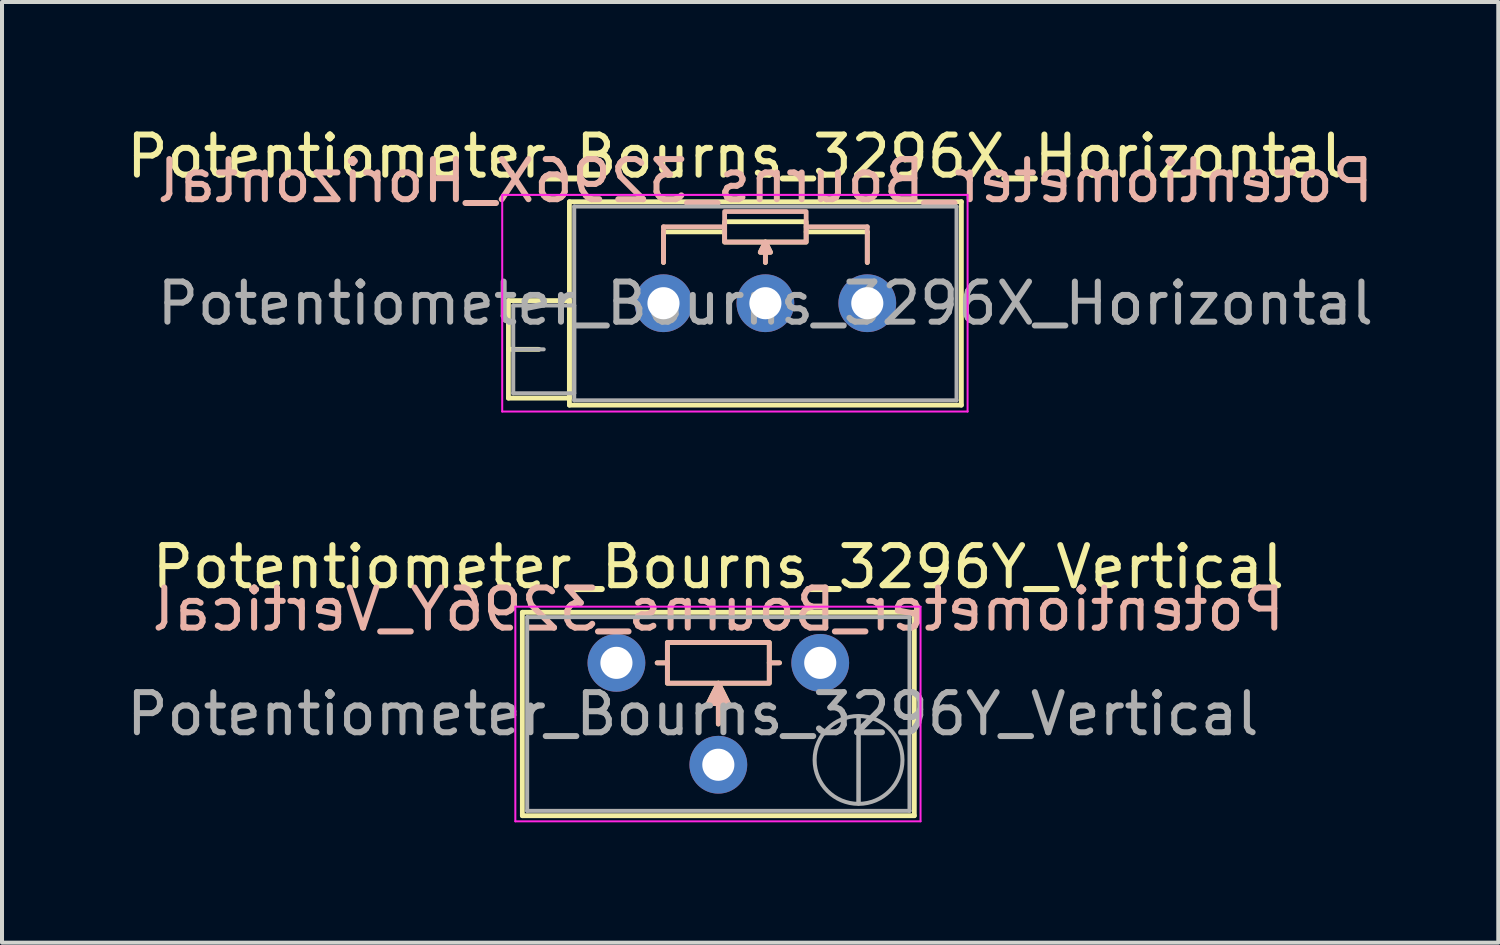
<source format=kicad_pcb>
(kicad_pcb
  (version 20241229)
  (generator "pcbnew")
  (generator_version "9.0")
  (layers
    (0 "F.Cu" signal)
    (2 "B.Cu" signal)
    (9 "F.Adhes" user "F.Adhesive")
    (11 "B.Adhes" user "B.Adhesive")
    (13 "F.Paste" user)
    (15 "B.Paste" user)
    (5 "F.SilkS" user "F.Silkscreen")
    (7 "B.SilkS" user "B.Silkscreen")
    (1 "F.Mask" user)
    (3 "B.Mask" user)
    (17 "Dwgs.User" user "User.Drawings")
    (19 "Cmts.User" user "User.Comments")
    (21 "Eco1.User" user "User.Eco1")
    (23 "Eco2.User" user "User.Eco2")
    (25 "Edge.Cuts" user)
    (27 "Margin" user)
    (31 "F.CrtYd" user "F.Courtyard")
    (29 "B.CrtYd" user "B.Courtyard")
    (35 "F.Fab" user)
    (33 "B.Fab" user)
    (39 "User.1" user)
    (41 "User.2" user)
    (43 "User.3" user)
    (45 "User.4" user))
  (footprint "Potentiometer_Bourns_3296X_Horizontal"
    (layer "F.Cu")
    (at 18.568 4.508)
    (property "Reference" "Potentiometer_Bourns_3296X_Horizontal" (at -3.3 -3.66 0) (layer "F.SilkS") (effects (font (size 1 1) (thickness 0.15))))
    (attr through_hole)
    (fp_line (start -8.945 -0.065) (end -8.945 2.365) (stroke (width 0.12) (type solid)) (layer "F.SilkS"))
    (fp_line (start -8.945 -0.065) (end -7.426 -0.065) (stroke (width 0.12) (type solid)) (layer "F.SilkS"))
    (fp_line (start -8.945 1.15) (end -8.186 1.15) (stroke (width 0.12) (type solid)) (layer "F.SilkS"))
    (fp_line (start -8.945 2.365) (end -7.426 2.365) (stroke (width 0.12) (type solid)) (layer "F.SilkS"))
    (fp_line (start -7.426 -0.065) (end -7.426 2.365) (stroke (width 0.12) (type solid)) (layer "F.SilkS"))
    (fp_line (start -7.425 -2.53) (end -7.425 2.54) (stroke (width 0.12) (type solid)) (layer "F.SilkS"))
    (fp_line (start -7.425 -2.53) (end 2.345 -2.53) (stroke (width 0.12) (type solid)) (layer "F.SilkS"))
    (fp_line (start -7.425 2.54) (end 2.345 2.54) (stroke (width 0.12) (type solid)) (layer "F.SilkS"))
    (fp_line (start -5.08 -1.778) (end -5.08 -1.016) (stroke (width 0.12) (type solid)) (layer "F.SilkS"))
    (fp_line (start -3.556 -1.778) (end -5.08 -1.778) (stroke (width 0.12) (type solid)) (layer "F.SilkS"))
    (fp_line (start -2.54 -1.524) (end -2.54 -1.016) (stroke (width 0.12) (type solid)) (layer "F.SilkS"))
    (fp_line (start -1.524 -1.778) (end 0 -1.778) (stroke (width 0.12) (type solid)) (layer "F.SilkS"))
    (fp_line (start 0 -1.778) (end 0 -1.016) (stroke (width 0.12) (type solid)) (layer "F.SilkS"))
    (fp_line (start 2.345 -2.53) (end 2.345 2.54) (stroke (width 0.12) (type solid)) (layer "F.SilkS"))
    (fp_rect (start -3.556 -2.032) (end -1.524 -1.524) (stroke (width 0.12) (type solid)) (fill no) (layer "F.SilkS"))
    (fp_poly (pts (xy -2.413 -1.27) (xy -2.667 -1.27) (xy -2.54 -1.524)) (stroke (width 0.12) (type solid)) (fill yes) (layer "F.SilkS"))
    (fp_line (start -5.08 -1.905) (end -5.08 -1.016) (stroke (width 0.12) (type solid)) (layer "B.SilkS"))
    (fp_line (start -3.556 -1.905) (end -5.08 -1.905) (stroke (width 0.12) (type solid)) (layer "B.SilkS"))
    (fp_line (start -2.54 -1.016) (end -2.54 -1.524) (stroke (width 0.12) (type solid)) (layer "B.SilkS"))
    (fp_line (start -1.524 -1.905) (end 0 -1.905) (stroke (width 0.12) (type solid)) (layer "B.SilkS"))
    (fp_line (start 0 -1.905) (end 0 -1.016) (stroke (width 0.12) (type solid)) (layer "B.SilkS"))
    (fp_rect (start -3.556 -2.286) (end -1.524 -1.524) (stroke (width 0.12) (type solid)) (fill no) (layer "B.SilkS"))
    (fp_poly (pts (xy -2.413 -1.27) (xy -2.667 -1.27) (xy -2.54 -1.524)) (stroke (width 0.12) (type solid)) (fill yes) (layer "B.SilkS"))
    (fp_line (start -9.1 -2.7) (end -9.1 2.7) (stroke (width 0.05) (type solid)) (layer "F.CrtYd"))
    (fp_line (start -9.1 2.7) (end 2.5 2.7) (stroke (width 0.05) (type solid)) (layer "F.CrtYd"))
    (fp_line (start 2.5 -2.7) (end -9.1 -2.7) (stroke (width 0.05) (type solid)) (layer "F.CrtYd"))
    (fp_line (start 2.5 2.7) (end 2.5 -2.7) (stroke (width 0.05) (type solid)) (layer "F.CrtYd"))
    (fp_line (start -8.825 0.055) (end -8.825 2.245) (stroke (width 0.1) (type solid)) (layer "F.Fab"))
    (fp_line (start -8.825 1.15) (end -8.065 1.15) (stroke (width 0.1) (type solid)) (layer "F.Fab"))
    (fp_line (start -8.825 2.245) (end -7.305 2.245) (stroke (width 0.1) (type solid)) (layer "F.Fab"))
    (fp_line (start -7.305 -2.41) (end -7.305 2.42) (stroke (width 0.1) (type solid)) (layer "F.Fab"))
    (fp_line (start -7.305 0.055) (end -8.825 0.055) (stroke (width 0.1) (type solid)) (layer "F.Fab"))
    (fp_line (start -7.305 2.245) (end -7.305 0.055) (stroke (width 0.1) (type solid)) (layer "F.Fab"))
    (fp_line (start -7.305 2.42) (end 2.225 2.42) (stroke (width 0.1) (type solid)) (layer "F.Fab"))
    (fp_line (start 2.225 -2.41) (end -7.305 -2.41) (stroke (width 0.1) (type solid)) (layer "F.Fab"))
    (fp_line (start 2.225 2.42) (end 2.225 -2.41) (stroke (width 0.1) (type solid)) (layer "F.Fab"))
    (fp_text user "${REFERENCE}" (at -2.54 -3.048 0) (unlocked yes) (layer "B.SilkS") (effects (font (size 1 1) (thickness 0.15)) (justify mirror)))
    (fp_text user "${REFERENCE}" (at -2.54 0.005 0) (layer "F.Fab") (effects (font (size 1 1) (thickness 0.15))))
    (pad "1" thru_hole circle (at 0 0) (size 1.44 1.44) (drill 0.8) (layers "*.Cu" "*.Mask"))
    (pad "2" thru_hole circle (at -2.54 0) (size 1.44 1.44) (drill 0.8) (layers "*.Cu" "*.Mask"))
    (pad "3" thru_hole circle (at -5.08 0) (size 1.44 1.44) (drill 0.8) (layers "*.Cu" "*.Mask")))
  (footprint "Potentiometer_Bourns_3296Y_Vertical"
    (layer "F.Cu")
    (at 17.395 13.472)
    (property "Reference" "Potentiometer_Bourns_3296Y_Vertical" (at -2.54 -2.39 0) (layer "F.SilkS") (effects (font (size 1 1) (thickness 0.15))))
    (attr through_hole)
    (fp_line (start -7.425 -1.26) (end -7.425 3.81) (stroke (width 0.12) (type solid)) (layer "F.SilkS"))
    (fp_line (start -7.425 -1.26) (end 2.345 -1.26) (stroke (width 0.12) (type solid)) (layer "F.SilkS"))
    (fp_line (start -7.425 3.81) (end 2.345 3.81) (stroke (width 0.12) (type solid)) (layer "F.SilkS"))
    (fp_line (start -3.81 0) (end -4.064 0) (stroke (width 0.12) (type solid)) (layer "F.SilkS"))
    (fp_line (start -2.54 1.524) (end -2.54 0.508) (stroke (width 0.12) (type solid)) (layer "F.SilkS"))
    (fp_line (start -1.27 0) (end -1.016 0) (stroke (width 0.12) (type solid)) (layer "F.SilkS"))
    (fp_line (start 2.345 -1.26) (end 2.345 3.81) (stroke (width 0.12) (type solid)) (layer "F.SilkS"))
    (fp_rect (start -3.81 0.508) (end -1.27 -0.508) (stroke (width 0.12) (type solid)) (fill no) (layer "F.SilkS"))
    (fp_poly (pts (xy -2.54 0.508) (xy -2.286 1.016) (xy -2.794 1.016)) (stroke (width 0.12) (type solid)) (fill yes) (layer "F.SilkS"))
    (fp_line (start -4.064 0) (end -3.81 0) (stroke (width 0.12) (type solid)) (layer "B.SilkS"))
    (fp_line (start -2.54 1.524) (end -2.54 0.508) (stroke (width 0.12) (type solid)) (layer "B.SilkS"))
    (fp_line (start -1.27 0) (end -1.016 0) (stroke (width 0.12) (type solid)) (layer "B.SilkS"))
    (fp_rect (start -3.81 -0.508) (end -1.27 0.508) (stroke (width 0.12) (type solid)) (fill no) (layer "B.SilkS"))
    (fp_poly (pts (xy -2.286 1.016) (xy -2.794 1.016) (xy -2.54 0.508)) (stroke (width 0.12) (type solid)) (fill yes) (layer "B.SilkS"))
    (fp_line (start -7.6 -1.4) (end -7.6 3.95) (stroke (width 0.05) (type solid)) (layer "F.CrtYd"))
    (fp_line (start -7.6 3.95) (end 2.5 3.95) (stroke (width 0.05) (type solid)) (layer "F.CrtYd"))
    (fp_line (start 2.5 -1.4) (end -7.6 -1.4) (stroke (width 0.05) (type solid)) (layer "F.CrtYd"))
    (fp_line (start 2.5 3.95) (end 2.5 -1.4) (stroke (width 0.05) (type solid)) (layer "F.CrtYd"))
    (fp_line (start -7.305 -1.14) (end -7.305 3.69) (stroke (width 0.1) (type solid)) (layer "F.Fab"))
    (fp_line (start -7.305 3.69) (end 2.225 3.69) (stroke (width 0.1) (type solid)) (layer "F.Fab"))
    (fp_line (start 0.955 3.505) (end 0.956 1.336) (stroke (width 0.1) (type solid)) (layer "F.Fab"))
    (fp_line (start 0.955 3.505) (end 0.956 1.336) (stroke (width 0.1) (type solid)) (layer "F.Fab"))
    (fp_line (start 2.225 -1.14) (end -7.305 -1.14) (stroke (width 0.1) (type solid)) (layer "F.Fab"))
    (fp_line (start 2.225 3.69) (end 2.225 -1.14) (stroke (width 0.1) (type solid)) (layer "F.Fab"))
    (fp_circle (center 0.955 2.42) (end 2.05 2.42) (stroke (width 0.1) (type solid)) (fill no) (layer "F.Fab"))
    (fp_text user "${REFERENCE}" (at -2.54 -1.333 0) (unlocked yes) (layer "B.SilkS") (effects (font (size 1 1) (thickness 0.15)) (justify mirror)))
    (fp_text user "${REFERENCE}" (at -3.175 1.275 0) (layer "F.Fab") (effects (font (size 1 1) (thickness 0.15))))
    (pad "1" thru_hole circle (at 0 0) (size 1.44 1.44) (drill 0.8) (layers "*.Cu" "*.Mask"))
    (pad "2" thru_hole circle (at -2.54 2.54) (size 1.44 1.44) (drill 0.8) (layers "*.Cu" "*.Mask"))
    (pad "3" thru_hole circle (at -5.08 0) (size 1.44 1.44) (drill 0.8) (layers "*.Cu" "*.Mask")))
  (gr_rect
    (start -3 -3)
    (end 34.296 20.447)
    (stroke (width 0.1) (type default))
    (fill no)
    (layer "Edge.Cuts")))
</source>
